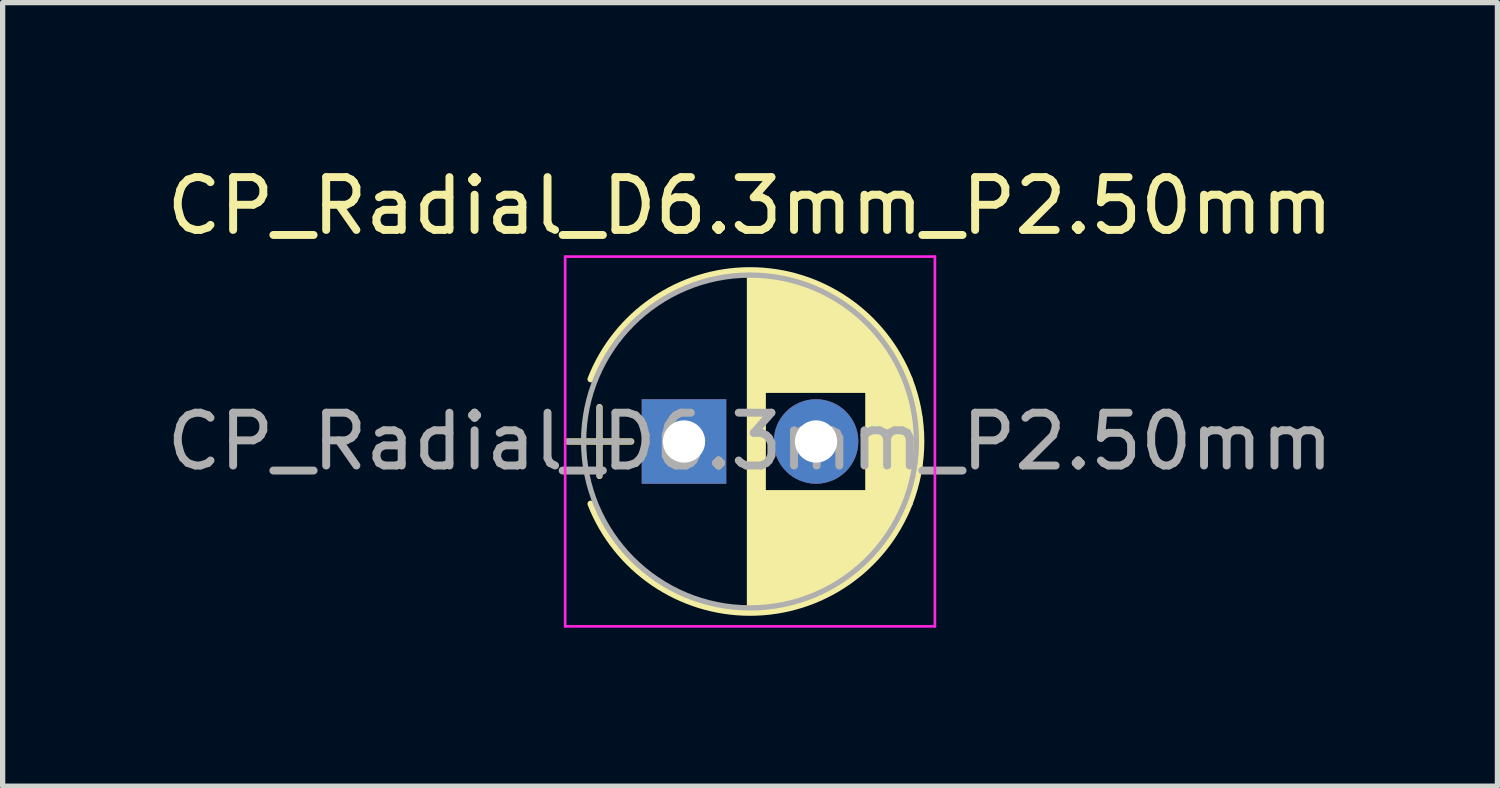
<source format=kicad_pcb>
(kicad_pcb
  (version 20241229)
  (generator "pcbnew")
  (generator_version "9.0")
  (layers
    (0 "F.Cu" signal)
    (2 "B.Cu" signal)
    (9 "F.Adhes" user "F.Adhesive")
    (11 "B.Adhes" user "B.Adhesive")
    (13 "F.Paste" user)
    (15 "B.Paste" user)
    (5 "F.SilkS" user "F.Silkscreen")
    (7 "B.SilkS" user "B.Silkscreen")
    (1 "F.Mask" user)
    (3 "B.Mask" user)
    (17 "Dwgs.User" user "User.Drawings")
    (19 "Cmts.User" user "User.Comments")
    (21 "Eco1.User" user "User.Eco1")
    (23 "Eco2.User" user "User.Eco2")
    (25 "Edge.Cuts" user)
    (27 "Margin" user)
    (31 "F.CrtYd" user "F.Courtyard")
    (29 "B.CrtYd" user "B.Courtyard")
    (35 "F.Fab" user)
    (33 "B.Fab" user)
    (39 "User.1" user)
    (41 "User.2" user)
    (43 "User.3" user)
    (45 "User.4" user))
  (footprint "CP_Radial_D6.3mm_P2.50mm"
    (layer "F.Cu")
    (at 9.899 5.308)
    (property "Reference" "CP_Radial_D6.3mm_P2.50mm" (at 1.25 -4.46 180) (layer "F.SilkS") (effects (font (size 1 1) (thickness 0.15))))
    (attr through_hole)
    (fp_line (start -2.2 0) (end -1 0) (stroke (width 0.12) (type solid)) (layer "F.SilkS"))
    (fp_line (start -1.6 -0.65) (end -1.6 0.65) (stroke (width 0.12) (type solid)) (layer "F.SilkS"))
    (fp_line (start 1.25 -3.2) (end 1.25 3.2) (stroke (width 0.12) (type solid)) (layer "F.SilkS"))
    (fp_line (start 1.29 -3.2) (end 1.29 3.2) (stroke (width 0.12) (type solid)) (layer "F.SilkS"))
    (fp_line (start 1.33 -3.2) (end 1.33 3.2) (stroke (width 0.12) (type solid)) (layer "F.SilkS"))
    (fp_line (start 1.37 -3.198) (end 1.37 3.198) (stroke (width 0.12) (type solid)) (layer "F.SilkS"))
    (fp_line (start 1.41 -3.197) (end 1.41 3.197) (stroke (width 0.12) (type solid)) (layer "F.SilkS"))
    (fp_line (start 1.45 -3.194) (end 1.45 3.194) (stroke (width 0.12) (type solid)) (layer "F.SilkS"))
    (fp_line (start 1.49 -3.192) (end 1.49 3.192) (stroke (width 0.12) (type solid)) (layer "F.SilkS"))
    (fp_line (start 1.53 -3.188) (end 1.53 -0.98) (stroke (width 0.12) (type solid)) (layer "F.SilkS"))
    (fp_line (start 1.53 0.98) (end 1.53 3.188) (stroke (width 0.12) (type solid)) (layer "F.SilkS"))
    (fp_line (start 1.57 -3.185) (end 1.57 -0.98) (stroke (width 0.12) (type solid)) (layer "F.SilkS"))
    (fp_line (start 1.57 0.98) (end 1.57 3.185) (stroke (width 0.12) (type solid)) (layer "F.SilkS"))
    (fp_line (start 1.61 -3.18) (end 1.61 -0.98) (stroke (width 0.12) (type solid)) (layer "F.SilkS"))
    (fp_line (start 1.61 0.98) (end 1.61 3.18) (stroke (width 0.12) (type solid)) (layer "F.SilkS"))
    (fp_line (start 1.65 -3.176) (end 1.65 -0.98) (stroke (width 0.12) (type solid)) (layer "F.SilkS"))
    (fp_line (start 1.65 0.98) (end 1.65 3.176) (stroke (width 0.12) (type solid)) (layer "F.SilkS"))
    (fp_line (start 1.69 -3.17) (end 1.69 -0.98) (stroke (width 0.12) (type solid)) (layer "F.SilkS"))
    (fp_line (start 1.69 0.98) (end 1.69 3.17) (stroke (width 0.12) (type solid)) (layer "F.SilkS"))
    (fp_line (start 1.73 -3.165) (end 1.73 -0.98) (stroke (width 0.12) (type solid)) (layer "F.SilkS"))
    (fp_line (start 1.73 0.98) (end 1.73 3.165) (stroke (width 0.12) (type solid)) (layer "F.SilkS"))
    (fp_line (start 1.77 -3.158) (end 1.77 -0.98) (stroke (width 0.12) (type solid)) (layer "F.SilkS"))
    (fp_line (start 1.77 0.98) (end 1.77 3.158) (stroke (width 0.12) (type solid)) (layer "F.SilkS"))
    (fp_line (start 1.81 -3.152) (end 1.81 -0.98) (stroke (width 0.12) (type solid)) (layer "F.SilkS"))
    (fp_line (start 1.81 0.98) (end 1.81 3.152) (stroke (width 0.12) (type solid)) (layer "F.SilkS"))
    (fp_line (start 1.85 -3.144) (end 1.85 -0.98) (stroke (width 0.12) (type solid)) (layer "F.SilkS"))
    (fp_line (start 1.85 0.98) (end 1.85 3.144) (stroke (width 0.12) (type solid)) (layer "F.SilkS"))
    (fp_line (start 1.89 -3.137) (end 1.89 -0.98) (stroke (width 0.12) (type solid)) (layer "F.SilkS"))
    (fp_line (start 1.89 0.98) (end 1.89 3.137) (stroke (width 0.12) (type solid)) (layer "F.SilkS"))
    (fp_line (start 1.93 -3.128) (end 1.93 -0.98) (stroke (width 0.12) (type solid)) (layer "F.SilkS"))
    (fp_line (start 1.93 0.98) (end 1.93 3.128) (stroke (width 0.12) (type solid)) (layer "F.SilkS"))
    (fp_line (start 1.971 -3.119) (end 1.971 -0.98) (stroke (width 0.12) (type solid)) (layer "F.SilkS"))
    (fp_line (start 1.971 0.98) (end 1.971 3.119) (stroke (width 0.12) (type solid)) (layer "F.SilkS"))
    (fp_line (start 2.011 -3.11) (end 2.011 -0.98) (stroke (width 0.12) (type solid)) (layer "F.SilkS"))
    (fp_line (start 2.011 0.98) (end 2.011 3.11) (stroke (width 0.12) (type solid)) (layer "F.SilkS"))
    (fp_line (start 2.051 -3.1) (end 2.051 -0.98) (stroke (width 0.12) (type solid)) (layer "F.SilkS"))
    (fp_line (start 2.051 0.98) (end 2.051 3.1) (stroke (width 0.12) (type solid)) (layer "F.SilkS"))
    (fp_line (start 2.091 -3.09) (end 2.091 -0.98) (stroke (width 0.12) (type solid)) (layer "F.SilkS"))
    (fp_line (start 2.091 0.98) (end 2.091 3.09) (stroke (width 0.12) (type solid)) (layer "F.SilkS"))
    (fp_line (start 2.131 -3.079) (end 2.131 -0.98) (stroke (width 0.12) (type solid)) (layer "F.SilkS"))
    (fp_line (start 2.131 0.98) (end 2.131 3.079) (stroke (width 0.12) (type solid)) (layer "F.SilkS"))
    (fp_line (start 2.171 -3.067) (end 2.171 -0.98) (stroke (width 0.12) (type solid)) (layer "F.SilkS"))
    (fp_line (start 2.171 0.98) (end 2.171 3.067) (stroke (width 0.12) (type solid)) (layer "F.SilkS"))
    (fp_line (start 2.211 -3.055) (end 2.211 -0.98) (stroke (width 0.12) (type solid)) (layer "F.SilkS"))
    (fp_line (start 2.211 0.98) (end 2.211 3.055) (stroke (width 0.12) (type solid)) (layer "F.SilkS"))
    (fp_line (start 2.251 -3.042) (end 2.251 -0.98) (stroke (width 0.12) (type solid)) (layer "F.SilkS"))
    (fp_line (start 2.251 0.98) (end 2.251 3.042) (stroke (width 0.12) (type solid)) (layer "F.SilkS"))
    (fp_line (start 2.291 -3.029) (end 2.291 -0.98) (stroke (width 0.12) (type solid)) (layer "F.SilkS"))
    (fp_line (start 2.291 0.98) (end 2.291 3.029) (stroke (width 0.12) (type solid)) (layer "F.SilkS"))
    (fp_line (start 2.331 -3.015) (end 2.331 -0.98) (stroke (width 0.12) (type solid)) (layer "F.SilkS"))
    (fp_line (start 2.331 0.98) (end 2.331 3.015) (stroke (width 0.12) (type solid)) (layer "F.SilkS"))
    (fp_line (start 2.371 -3.001) (end 2.371 -0.98) (stroke (width 0.12) (type solid)) (layer "F.SilkS"))
    (fp_line (start 2.371 0.98) (end 2.371 3.001) (stroke (width 0.12) (type solid)) (layer "F.SilkS"))
    (fp_line (start 2.411 -2.986) (end 2.411 -0.98) (stroke (width 0.12) (type solid)) (layer "F.SilkS"))
    (fp_line (start 2.411 0.98) (end 2.411 2.986) (stroke (width 0.12) (type solid)) (layer "F.SilkS"))
    (fp_line (start 2.451 -2.97) (end 2.451 -0.98) (stroke (width 0.12) (type solid)) (layer "F.SilkS"))
    (fp_line (start 2.451 0.98) (end 2.451 2.97) (stroke (width 0.12) (type solid)) (layer "F.SilkS"))
    (fp_line (start 2.491 -2.954) (end 2.491 -0.98) (stroke (width 0.12) (type solid)) (layer "F.SilkS"))
    (fp_line (start 2.491 0.98) (end 2.491 2.954) (stroke (width 0.12) (type solid)) (layer "F.SilkS"))
    (fp_line (start 2.531 -2.937) (end 2.531 -0.98) (stroke (width 0.12) (type solid)) (layer "F.SilkS"))
    (fp_line (start 2.531 0.98) (end 2.531 2.937) (stroke (width 0.12) (type solid)) (layer "F.SilkS"))
    (fp_line (start 2.571 -2.919) (end 2.571 -0.98) (stroke (width 0.12) (type solid)) (layer "F.SilkS"))
    (fp_line (start 2.571 0.98) (end 2.571 2.919) (stroke (width 0.12) (type solid)) (layer "F.SilkS"))
    (fp_line (start 2.611 -2.901) (end 2.611 -0.98) (stroke (width 0.12) (type solid)) (layer "F.SilkS"))
    (fp_line (start 2.611 0.98) (end 2.611 2.901) (stroke (width 0.12) (type solid)) (layer "F.SilkS"))
    (fp_line (start 2.651 -2.882) (end 2.651 -0.98) (stroke (width 0.12) (type solid)) (layer "F.SilkS"))
    (fp_line (start 2.651 0.98) (end 2.651 2.882) (stroke (width 0.12) (type solid)) (layer "F.SilkS"))
    (fp_line (start 2.691 -2.863) (end 2.691 -0.98) (stroke (width 0.12) (type solid)) (layer "F.SilkS"))
    (fp_line (start 2.691 0.98) (end 2.691 2.863) (stroke (width 0.12) (type solid)) (layer "F.SilkS"))
    (fp_line (start 2.731 -2.843) (end 2.731 -0.98) (stroke (width 0.12) (type solid)) (layer "F.SilkS"))
    (fp_line (start 2.731 0.98) (end 2.731 2.843) (stroke (width 0.12) (type solid)) (layer "F.SilkS"))
    (fp_line (start 2.771 -2.822) (end 2.771 -0.98) (stroke (width 0.12) (type solid)) (layer "F.SilkS"))
    (fp_line (start 2.771 0.98) (end 2.771 2.822) (stroke (width 0.12) (type solid)) (layer "F.SilkS"))
    (fp_line (start 2.811 -2.8) (end 2.811 -0.98) (stroke (width 0.12) (type solid)) (layer "F.SilkS"))
    (fp_line (start 2.811 0.98) (end 2.811 2.8) (stroke (width 0.12) (type solid)) (layer "F.SilkS"))
    (fp_line (start 2.851 -2.778) (end 2.851 -0.98) (stroke (width 0.12) (type solid)) (layer "F.SilkS"))
    (fp_line (start 2.851 0.98) (end 2.851 2.778) (stroke (width 0.12) (type solid)) (layer "F.SilkS"))
    (fp_line (start 2.891 -2.755) (end 2.891 -0.98) (stroke (width 0.12) (type solid)) (layer "F.SilkS"))
    (fp_line (start 2.891 0.98) (end 2.891 2.755) (stroke (width 0.12) (type solid)) (layer "F.SilkS"))
    (fp_line (start 2.931 -2.731) (end 2.931 -0.98) (stroke (width 0.12) (type solid)) (layer "F.SilkS"))
    (fp_line (start 2.931 0.98) (end 2.931 2.731) (stroke (width 0.12) (type solid)) (layer "F.SilkS"))
    (fp_line (start 2.971 -2.706) (end 2.971 -0.98) (stroke (width 0.12) (type solid)) (layer "F.SilkS"))
    (fp_line (start 2.971 0.98) (end 2.971 2.706) (stroke (width 0.12) (type solid)) (layer "F.SilkS"))
    (fp_line (start 3.011 -2.681) (end 3.011 -0.98) (stroke (width 0.12) (type solid)) (layer "F.SilkS"))
    (fp_line (start 3.011 0.98) (end 3.011 2.681) (stroke (width 0.12) (type solid)) (layer "F.SilkS"))
    (fp_line (start 3.051 -2.654) (end 3.051 -0.98) (stroke (width 0.12) (type solid)) (layer "F.SilkS"))
    (fp_line (start 3.051 0.98) (end 3.051 2.654) (stroke (width 0.12) (type solid)) (layer "F.SilkS"))
    (fp_line (start 3.091 -2.627) (end 3.091 -0.98) (stroke (width 0.12) (type solid)) (layer "F.SilkS"))
    (fp_line (start 3.091 0.98) (end 3.091 2.627) (stroke (width 0.12) (type solid)) (layer "F.SilkS"))
    (fp_line (start 3.131 -2.599) (end 3.131 -0.98) (stroke (width 0.12) (type solid)) (layer "F.SilkS"))
    (fp_line (start 3.131 0.98) (end 3.131 2.599) (stroke (width 0.12) (type solid)) (layer "F.SilkS"))
    (fp_line (start 3.171 -2.57) (end 3.171 -0.98) (stroke (width 0.12) (type solid)) (layer "F.SilkS"))
    (fp_line (start 3.171 0.98) (end 3.171 2.57) (stroke (width 0.12) (type solid)) (layer "F.SilkS"))
    (fp_line (start 3.211 -2.54) (end 3.211 -0.98) (stroke (width 0.12) (type solid)) (layer "F.SilkS"))
    (fp_line (start 3.211 0.98) (end 3.211 2.54) (stroke (width 0.12) (type solid)) (layer "F.SilkS"))
    (fp_line (start 3.251 -2.51) (end 3.251 -0.98) (stroke (width 0.12) (type solid)) (layer "F.SilkS"))
    (fp_line (start 3.251 0.98) (end 3.251 2.51) (stroke (width 0.12) (type solid)) (layer "F.SilkS"))
    (fp_line (start 3.291 -2.478) (end 3.291 -0.98) (stroke (width 0.12) (type solid)) (layer "F.SilkS"))
    (fp_line (start 3.291 0.98) (end 3.291 2.478) (stroke (width 0.12) (type solid)) (layer "F.SilkS"))
    (fp_line (start 3.331 -2.445) (end 3.331 -0.98) (stroke (width 0.12) (type solid)) (layer "F.SilkS"))
    (fp_line (start 3.331 0.98) (end 3.331 2.445) (stroke (width 0.12) (type solid)) (layer "F.SilkS"))
    (fp_line (start 3.371 -2.411) (end 3.371 -0.98) (stroke (width 0.12) (type solid)) (layer "F.SilkS"))
    (fp_line (start 3.371 0.98) (end 3.371 2.411) (stroke (width 0.12) (type solid)) (layer "F.SilkS"))
    (fp_line (start 3.411 -2.375) (end 3.411 -0.98) (stroke (width 0.12) (type solid)) (layer "F.SilkS"))
    (fp_line (start 3.411 0.98) (end 3.411 2.375) (stroke (width 0.12) (type solid)) (layer "F.SilkS"))
    (fp_line (start 3.451 -2.339) (end 3.451 -0.98) (stroke (width 0.12) (type solid)) (layer "F.SilkS"))
    (fp_line (start 3.451 0.98) (end 3.451 2.339) (stroke (width 0.12) (type solid)) (layer "F.SilkS"))
    (fp_line (start 3.491 -2.301) (end 3.491 2.301) (stroke (width 0.12) (type solid)) (layer "F.SilkS"))
    (fp_line (start 3.531 -2.262) (end 3.531 2.262) (stroke (width 0.12) (type solid)) (layer "F.SilkS"))
    (fp_line (start 3.571 -2.222) (end 3.571 2.222) (stroke (width 0.12) (type solid)) (layer "F.SilkS"))
    (fp_line (start 3.611 -2.18) (end 3.611 2.18) (stroke (width 0.12) (type solid)) (layer "F.SilkS"))
    (fp_line (start 3.651 -2.137) (end 3.651 2.137) (stroke (width 0.12) (type solid)) (layer "F.SilkS"))
    (fp_line (start 3.691 -2.092) (end 3.691 2.092) (stroke (width 0.12) (type solid)) (layer "F.SilkS"))
    (fp_line (start 3.731 -2.045) (end 3.731 2.045) (stroke (width 0.12) (type solid)) (layer "F.SilkS"))
    (fp_line (start 3.771 -1.997) (end 3.771 1.997) (stroke (width 0.12) (type solid)) (layer "F.SilkS"))
    (fp_line (start 3.811 -1.946) (end 3.811 1.946) (stroke (width 0.12) (type solid)) (layer "F.SilkS"))
    (fp_line (start 3.851 -1.894) (end 3.851 1.894) (stroke (width 0.12) (type solid)) (layer "F.SilkS"))
    (fp_line (start 3.891 -1.839) (end 3.891 1.839) (stroke (width 0.12) (type solid)) (layer "F.SilkS"))
    (fp_line (start 3.931 -1.781) (end 3.931 1.781) (stroke (width 0.12) (type solid)) (layer "F.SilkS"))
    (fp_line (start 3.971 -1.721) (end 3.971 1.721) (stroke (width 0.12) (type solid)) (layer "F.SilkS"))
    (fp_line (start 4.011 -1.658) (end 4.011 1.658) (stroke (width 0.12) (type solid)) (layer "F.SilkS"))
    (fp_line (start 4.051 -1.591) (end 4.051 1.591) (stroke (width 0.12) (type solid)) (layer "F.SilkS"))
    (fp_line (start 4.091 -1.52) (end 4.091 1.52) (stroke (width 0.12) (type solid)) (layer "F.SilkS"))
    (fp_line (start 4.131 -1.445) (end 4.131 1.445) (stroke (width 0.12) (type solid)) (layer "F.SilkS"))
    (fp_line (start 4.171 -1.364) (end 4.171 1.364) (stroke (width 0.12) (type solid)) (layer "F.SilkS"))
    (fp_line (start 4.211 -1.278) (end 4.211 1.278) (stroke (width 0.12) (type solid)) (layer "F.SilkS"))
    (fp_line (start 4.251 -1.184) (end 4.251 1.184) (stroke (width 0.12) (type solid)) (layer "F.SilkS"))
    (fp_line (start 4.291 -1.081) (end 4.291 1.081) (stroke (width 0.12) (type solid)) (layer "F.SilkS"))
    (fp_line (start 4.331 -0.966) (end 4.331 0.966) (stroke (width 0.12) (type solid)) (layer "F.SilkS"))
    (fp_line (start 4.371 -0.834) (end 4.371 0.834) (stroke (width 0.12) (type solid)) (layer "F.SilkS"))
    (fp_line (start 4.411 -0.676) (end 4.411 0.676) (stroke (width 0.12) (type solid)) (layer "F.SilkS"))
    (fp_line (start 4.451 -0.468) (end 4.451 0.468) (stroke (width 0.12) (type solid)) (layer "F.SilkS"))
    (fp_arc (start -1.767482 -1.18) (mid 1.250464 -3.24) (end 4.26782 -1.179135) (stroke (width 0.12) (type solid)) (layer "F.SilkS"))
    (fp_arc (start 4.267482 -1.18) (mid 4.49 -0.000464) (end 4.26782 1.179135) (stroke (width 0.12) (type solid)) (layer "F.SilkS"))
    (fp_arc (start 4.26782 1.179135) (mid 1.250464 3.239999) (end -1.767482 1.18) (stroke (width 0.12) (type solid)) (layer "F.SilkS"))
    (fp_line (start -2.25 -3.5) (end -2.25 3.5) (stroke (width 0.05) (type solid)) (layer "F.CrtYd"))
    (fp_line (start -2.25 3.5) (end 4.75 3.5) (stroke (width 0.05) (type solid)) (layer "F.CrtYd"))
    (fp_line (start 4.75 -3.5) (end -2.25 -3.5) (stroke (width 0.05) (type solid)) (layer "F.CrtYd"))
    (fp_line (start 4.75 3.5) (end 4.75 -3.5) (stroke (width 0.05) (type solid)) (layer "F.CrtYd"))
    (fp_line (start -2.2 0) (end -1 0) (stroke (width 0.1) (type solid)) (layer "F.Fab"))
    (fp_line (start -1.6 -0.65) (end -1.6 0.65) (stroke (width 0.1) (type solid)) (layer "F.Fab"))
    (fp_circle (center 1.25 0) (end 4.4 0) (stroke (width 0.1) (type solid)) (fill no) (layer "F.Fab"))
    (fp_text user "${REFERENCE}" (at 1.25 0 180) (layer "F.Fab") (effects (font (size 1 1) (thickness 0.15))))
    (pad "1" thru_hole rect (at 0 0) (size 1.6 1.6) (drill 0.8) (layers "*.Cu" "*.Mask"))
    (pad "2" thru_hole circle (at 2.5 0) (size 1.6 1.6) (drill 0.8) (layers "*.Cu" "*.Mask")))
  (gr_rect
    (start -3 -3)
    (end 25.298 11.833)
    (stroke (width 0.1) (type default))
    (fill no)
    (layer "Edge.Cuts")))
</source>
